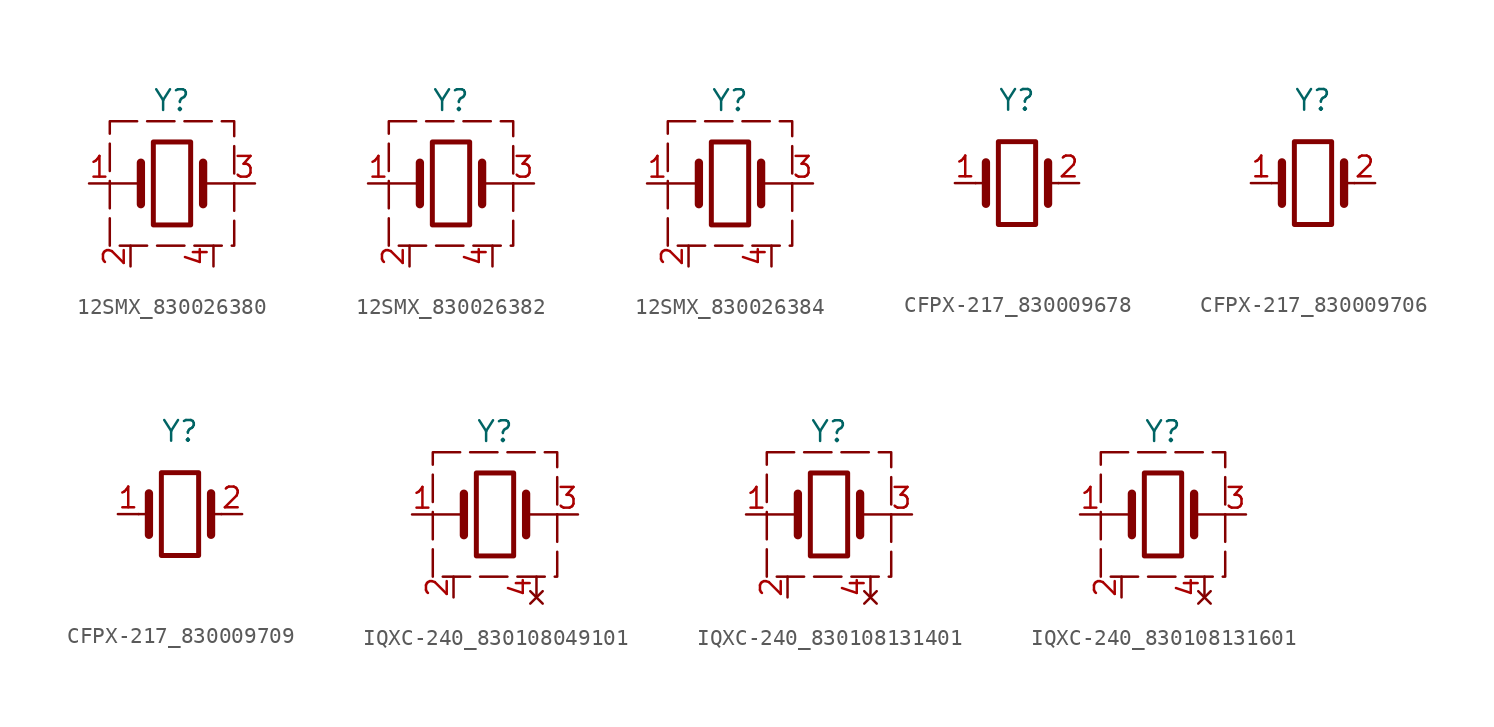
<source format=kicad_sym>
(kicad_symbol_lib
  (version 20220914)
  (generator kicad_symbol_editor)
  (symbol "12SMX_830026380"
    (pin_names hide)
    (property "Reference" "Y"
      (at 0 5.08 0)
      (effects (font (size 1.27 1.27))))
    (property "Critical Parameter" ""
      (at 0 -5.08 0)
      (effects (font (size 1.27 1.27)) (justify left)))
    (symbol "12SMX_830026380_0_1"
      (rectangle (start -1.143 2.54) (end 1.143 -2.54) (stroke (width 0.305) (type default)) (fill (type none)))
      (polyline (pts (xy -3.81 0) (xy -1.905 0)) (stroke (width 0) (type default)) (fill (type none)))
      (polyline (pts (xy -1.905 -1.27) (xy -1.905 1.27)) (stroke (width 0.508) (type default)) (fill (type none)))
      (polyline (pts (xy 1.905 -1.27) (xy 1.905 1.27)) (stroke (width 0.508) (type default)) (fill (type none)))
      (polyline (pts (xy 3.81 0) (xy 1.905 0)) (stroke (width 0) (type default)) (fill (type none))))
    (symbol "12SMX_830026380_1_1"
      (rectangle (start -3.81 3.81) (end 3.81 -3.81) (stroke (width 0) (type dash)) (fill (type none)))
      (pin passive line (at -5.08 0 0) (length 1.27) (name "1" (effects (font (size 1.27 1.27)))) (number "1" (effects (font (size 1.27 1.27)))))
      (pin passive line (at -2.54 -5.08 90) (length 1.27) (name "GND" (effects (font (size 1.27 1.27)))) (number "2" (effects (font (size 1.27 1.27)))))
      (pin passive line (at 5.08 0 180) (length 1.27) (name "3" (effects (font (size 1.27 1.27)))) (number "3" (effects (font (size 1.27 1.27)))))
      (pin passive line (at 2.54 -5.08 90) (length 1.27) (name "GND1" (effects (font (size 1.27 1.27)))) (number "4" (effects (font (size 1.27 1.27)))))))
  (symbol "12SMX_830026382"
    (pin_names hide)
    (property "Reference" "Y"
      (at 0 5.08 0)
      (effects (font (size 1.27 1.27))))
    (property "Critical Parameter" ""
      (at 0 -5.08 0)
      (effects (font (size 1.27 1.27)) (justify left)))
    (symbol "12SMX_830026382_0_1"
      (rectangle (start -1.143 2.54) (end 1.143 -2.54) (stroke (width 0.305) (type default)) (fill (type none)))
      (polyline (pts (xy -3.81 0) (xy -1.905 0)) (stroke (width 0) (type default)) (fill (type none)))
      (polyline (pts (xy -1.905 -1.27) (xy -1.905 1.27)) (stroke (width 0.508) (type default)) (fill (type none)))
      (polyline (pts (xy 1.905 -1.27) (xy 1.905 1.27)) (stroke (width 0.508) (type default)) (fill (type none)))
      (polyline (pts (xy 3.81 0) (xy 1.905 0)) (stroke (width 0) (type default)) (fill (type none))))
    (symbol "12SMX_830026382_1_1"
      (rectangle (start -3.81 3.81) (end 3.81 -3.81) (stroke (width 0) (type dash)) (fill (type none)))
      (pin passive line (at -5.08 0 0) (length 1.27) (name "1" (effects (font (size 1.27 1.27)))) (number "1" (effects (font (size 1.27 1.27)))))
      (pin passive line (at -2.54 -5.08 90) (length 1.27) (name "GND" (effects (font (size 1.27 1.27)))) (number "2" (effects (font (size 1.27 1.27)))))
      (pin passive line (at 5.08 0 180) (length 1.27) (name "3" (effects (font (size 1.27 1.27)))) (number "3" (effects (font (size 1.27 1.27)))))
      (pin passive line (at 2.54 -5.08 90) (length 1.27) (name "GND1" (effects (font (size 1.27 1.27)))) (number "4" (effects (font (size 1.27 1.27)))))))
  (symbol "12SMX_830026384"
    (pin_names hide)
    (property "Reference" "Y"
      (at 0 5.08 0)
      (effects (font (size 1.27 1.27))))
    (property "Critical Parameter" ""
      (at 0 -5.08 0)
      (effects (font (size 1.27 1.27)) (justify left)))
    (symbol "12SMX_830026384_0_1"
      (rectangle (start -1.143 2.54) (end 1.143 -2.54) (stroke (width 0.305) (type default)) (fill (type none)))
      (polyline (pts (xy -3.81 0) (xy -1.905 0)) (stroke (width 0) (type default)) (fill (type none)))
      (polyline (pts (xy -1.905 -1.27) (xy -1.905 1.27)) (stroke (width 0.508) (type default)) (fill (type none)))
      (polyline (pts (xy 1.905 -1.27) (xy 1.905 1.27)) (stroke (width 0.508) (type default)) (fill (type none)))
      (polyline (pts (xy 3.81 0) (xy 1.905 0)) (stroke (width 0) (type default)) (fill (type none))))
    (symbol "12SMX_830026384_1_1"
      (rectangle (start -3.81 3.81) (end 3.81 -3.81) (stroke (width 0) (type dash)) (fill (type none)))
      (pin passive line (at -5.08 0 0) (length 1.27) (name "1" (effects (font (size 1.27 1.27)))) (number "1" (effects (font (size 1.27 1.27)))))
      (pin passive line (at -2.54 -5.08 90) (length 1.27) (name "GND" (effects (font (size 1.27 1.27)))) (number "2" (effects (font (size 1.27 1.27)))))
      (pin passive line (at 5.08 0 180) (length 1.27) (name "3" (effects (font (size 1.27 1.27)))) (number "3" (effects (font (size 1.27 1.27)))))
      (pin passive line (at 2.54 -5.08 90) (length 1.27) (name "GND1" (effects (font (size 1.27 1.27)))) (number "4" (effects (font (size 1.27 1.27)))))))
  (symbol "CFPX-217_830009678"
    (pin_names hide)
    (property "Reference" "Y"
      (at 0 5.08 0)
      (effects (font (size 1.27 1.27))))
    (property "Critical Parameter" ""
      (at 0 -5.08 0)
      (effects (font (size 1.27 1.27)) (justify left)))
    (symbol "CFPX-217_830009678_0_1"
      (rectangle (start -1.143 2.54) (end 1.143 -2.54) (stroke (width 0.305) (type default)) (fill (type none)))
      (polyline (pts (xy -2.54 0) (xy -1.905 0)) (stroke (width 0) (type default)) (fill (type none)))
      (polyline (pts (xy -1.905 -1.27) (xy -1.905 1.27)) (stroke (width 0.508) (type default)) (fill (type none)))
      (polyline (pts (xy 1.905 -1.27) (xy 1.905 1.27)) (stroke (width 0.508) (type default)) (fill (type none)))
      (polyline (pts (xy 2.54 0) (xy 1.905 0)) (stroke (width 0) (type default)) (fill (type none))))
    (symbol "CFPX-217_830009678_1_1"
      (pin passive line (at -3.81 0 0) (length 1.27) (name "1" (effects (font (size 1.27 1.27)))) (number "1" (effects (font (size 1.27 1.27)))))
      (pin passive line (at 3.81 0 180) (length 1.27) (name "2" (effects (font (size 1.27 1.27)))) (number "2" (effects (font (size 1.27 1.27)))))))
  (symbol "CFPX-217_830009706"
    (pin_names hide)
    (property "Reference" "Y"
      (at 0 5.08 0)
      (effects (font (size 1.27 1.27))))
    (property "Critical Parameter" ""
      (at 0 -5.08 0)
      (effects (font (size 1.27 1.27)) (justify left)))
    (symbol "CFPX-217_830009706_0_1"
      (rectangle (start -1.143 2.54) (end 1.143 -2.54) (stroke (width 0.305) (type default)) (fill (type none)))
      (polyline (pts (xy -2.54 0) (xy -1.905 0)) (stroke (width 0) (type default)) (fill (type none)))
      (polyline (pts (xy -1.905 -1.27) (xy -1.905 1.27)) (stroke (width 0.508) (type default)) (fill (type none)))
      (polyline (pts (xy 1.905 -1.27) (xy 1.905 1.27)) (stroke (width 0.508) (type default)) (fill (type none)))
      (polyline (pts (xy 2.54 0) (xy 1.905 0)) (stroke (width 0) (type default)) (fill (type none))))
    (symbol "CFPX-217_830009706_1_1"
      (pin passive line (at -3.81 0 0) (length 1.27) (name "1" (effects (font (size 1.27 1.27)))) (number "1" (effects (font (size 1.27 1.27)))))
      (pin passive line (at 3.81 0 180) (length 1.27) (name "2" (effects (font (size 1.27 1.27)))) (number "2" (effects (font (size 1.27 1.27)))))))
  (symbol "CFPX-217_830009709"
    (pin_names hide)
    (property "Reference" "Y"
      (at 0 5.08 0)
      (effects (font (size 1.27 1.27))))
    (property "Critical Parameter" ""
      (at 0 -5.08 0)
      (effects (font (size 1.27 1.27)) (justify left)))
    (symbol "CFPX-217_830009709_0_1"
      (rectangle (start -1.143 2.54) (end 1.143 -2.54) (stroke (width 0.305) (type default)) (fill (type none)))
      (polyline (pts (xy -2.54 0) (xy -1.905 0)) (stroke (width 0) (type default)) (fill (type none)))
      (polyline (pts (xy -1.905 -1.27) (xy -1.905 1.27)) (stroke (width 0.508) (type default)) (fill (type none)))
      (polyline (pts (xy 1.905 -1.27) (xy 1.905 1.27)) (stroke (width 0.508) (type default)) (fill (type none)))
      (polyline (pts (xy 2.54 0) (xy 1.905 0)) (stroke (width 0) (type default)) (fill (type none))))
    (symbol "CFPX-217_830009709_1_1"
      (pin passive line (at -3.81 0 0) (length 1.27) (name "1" (effects (font (size 1.27 1.27)))) (number "1" (effects (font (size 1.27 1.27)))))
      (pin passive line (at 3.81 0 180) (length 1.27) (name "2" (effects (font (size 1.27 1.27)))) (number "2" (effects (font (size 1.27 1.27)))))))
  (symbol "IQXC-240_830108049101"
    (pin_names hide)
    (property "Reference" "Y"
      (at 0 5.08 0)
      (effects (font (size 1.27 1.27))))
    (property "Critical Parameter" ""
      (at 0 -5.08 0)
      (effects (font (size 1.27 1.27)) (justify left)))
    (symbol "IQXC-240_830108049101_0_1"
      (rectangle (start -1.143 2.54) (end 1.143 -2.54) (stroke (width 0.305) (type default)) (fill (type none)))
      (polyline (pts (xy -3.81 0) (xy -1.905 0)) (stroke (width 0) (type default)) (fill (type none)))
      (polyline (pts (xy -1.905 -1.27) (xy -1.905 1.27)) (stroke (width 0.508) (type default)) (fill (type none)))
      (polyline (pts (xy 1.905 -1.27) (xy 1.905 1.27)) (stroke (width 0.508) (type default)) (fill (type none)))
      (polyline (pts (xy 3.81 0) (xy 1.905 0)) (stroke (width 0) (type default)) (fill (type none))))
    (symbol "IQXC-240_830108049101_1_1"
      (rectangle (start -3.81 3.81) (end 3.81 -3.81) (stroke (width 0) (type dash)) (fill (type none)))
      (pin passive line (at -5.08 0 0) (length 1.27) (name "1" (effects (font (size 1.27 1.27)))) (number "1" (effects (font (size 1.27 1.27)))))
      (pin passive line (at -2.54 -5.08 90) (length 1.27) (name "GND" (effects (font (size 1.27 1.27)))) (number "2" (effects (font (size 1.27 1.27)))))
      (pin passive line (at 5.08 0 180) (length 1.27) (name "3" (effects (font (size 1.27 1.27)))) (number "3" (effects (font (size 1.27 1.27)))))
      (pin no_connect line (at 2.54 -5.08 90) (length 1.27) (name "NC" (effects (font (size 1.27 1.27)))) (number "4" (effects (font (size 1.27 1.27)))))))
  (symbol "IQXC-240_830108131401"
    (pin_names hide)
    (property "Reference" "Y"
      (at 0 5.08 0)
      (effects (font (size 1.27 1.27))))
    (property "Critical Parameter" ""
      (at 0 -5.08 0)
      (effects (font (size 1.27 1.27)) (justify left)))
    (symbol "IQXC-240_830108131401_0_1"
      (rectangle (start -1.143 2.54) (end 1.143 -2.54) (stroke (width 0.305) (type default)) (fill (type none)))
      (polyline (pts (xy -3.81 0) (xy -1.905 0)) (stroke (width 0) (type default)) (fill (type none)))
      (polyline (pts (xy -1.905 -1.27) (xy -1.905 1.27)) (stroke (width 0.508) (type default)) (fill (type none)))
      (polyline (pts (xy 1.905 -1.27) (xy 1.905 1.27)) (stroke (width 0.508) (type default)) (fill (type none)))
      (polyline (pts (xy 3.81 0) (xy 1.905 0)) (stroke (width 0) (type default)) (fill (type none))))
    (symbol "IQXC-240_830108131401_1_1"
      (rectangle (start -3.81 3.81) (end 3.81 -3.81) (stroke (width 0) (type dash)) (fill (type none)))
      (pin passive line (at -5.08 0 0) (length 1.27) (name "1" (effects (font (size 1.27 1.27)))) (number "1" (effects (font (size 1.27 1.27)))))
      (pin passive line (at -2.54 -5.08 90) (length 1.27) (name "GND" (effects (font (size 1.27 1.27)))) (number "2" (effects (font (size 1.27 1.27)))))
      (pin passive line (at 5.08 0 180) (length 1.27) (name "3" (effects (font (size 1.27 1.27)))) (number "3" (effects (font (size 1.27 1.27)))))
      (pin no_connect line (at 2.54 -5.08 90) (length 1.27) (name "NC" (effects (font (size 1.27 1.27)))) (number "4" (effects (font (size 1.27 1.27)))))))
  (symbol "IQXC-240_830108131601"
    (pin_names hide)
    (property "Reference" "Y"
      (at 0 5.08 0)
      (effects (font (size 1.27 1.27))))
    (property "Critical Parameter" ""
      (at 0 -5.08 0)
      (effects (font (size 1.27 1.27)) (justify left)))
    (symbol "IQXC-240_830108131601_0_1"
      (rectangle (start -1.143 2.54) (end 1.143 -2.54) (stroke (width 0.305) (type default)) (fill (type none)))
      (polyline (pts (xy -3.81 0) (xy -1.905 0)) (stroke (width 0) (type default)) (fill (type none)))
      (polyline (pts (xy -1.905 -1.27) (xy -1.905 1.27)) (stroke (width 0.508) (type default)) (fill (type none)))
      (polyline (pts (xy 1.905 -1.27) (xy 1.905 1.27)) (stroke (width 0.508) (type default)) (fill (type none)))
      (polyline (pts (xy 3.81 0) (xy 1.905 0)) (stroke (width 0) (type default)) (fill (type none))))
    (symbol "IQXC-240_830108131601_1_1"
      (rectangle (start -3.81 3.81) (end 3.81 -3.81) (stroke (width 0) (type dash)) (fill (type none)))
      (pin passive line (at -5.08 0 0) (length 1.27) (name "1" (effects (font (size 1.27 1.27)))) (number "1" (effects (font (size 1.27 1.27)))))
      (pin passive line (at -2.54 -5.08 90) (length 1.27) (name "GND" (effects (font (size 1.27 1.27)))) (number "2" (effects (font (size 1.27 1.27)))))
      (pin passive line (at 5.08 0 180) (length 1.27) (name "3" (effects (font (size 1.27 1.27)))) (number "3" (effects (font (size 1.27 1.27)))))
      (pin no_connect line (at 2.54 -5.08 90) (length 1.27) (name "NC" (effects (font (size 1.27 1.27)))) (number "4" (effects (font (size 1.27 1.27))))))))
</source>
